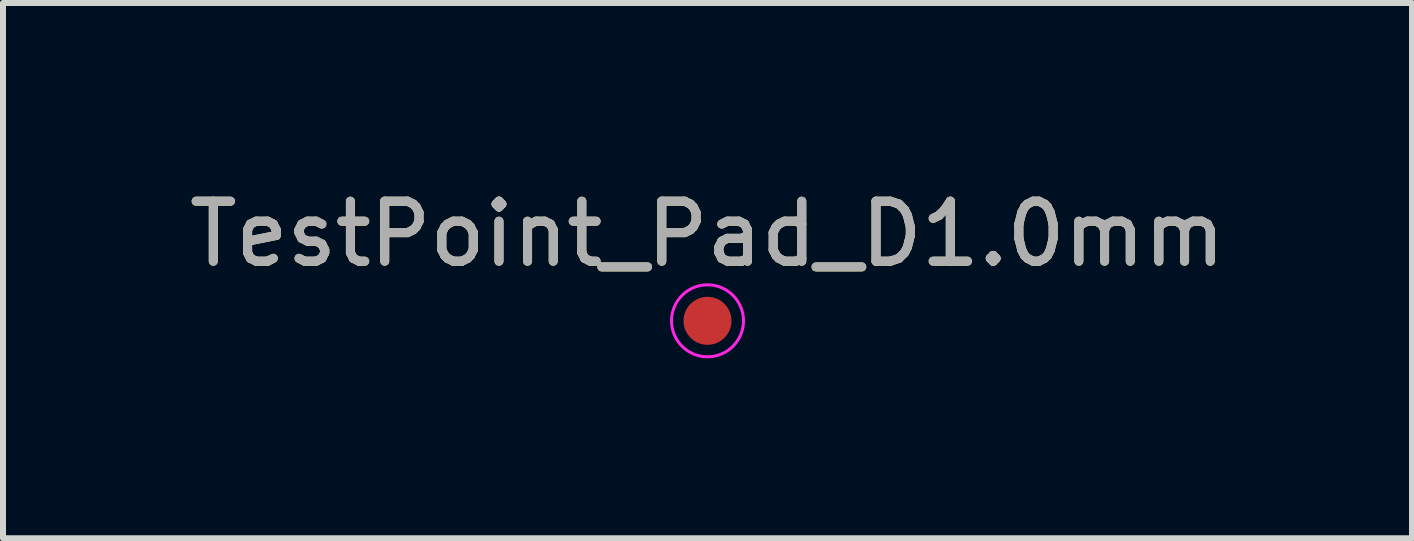
<source format=kicad_pcb>
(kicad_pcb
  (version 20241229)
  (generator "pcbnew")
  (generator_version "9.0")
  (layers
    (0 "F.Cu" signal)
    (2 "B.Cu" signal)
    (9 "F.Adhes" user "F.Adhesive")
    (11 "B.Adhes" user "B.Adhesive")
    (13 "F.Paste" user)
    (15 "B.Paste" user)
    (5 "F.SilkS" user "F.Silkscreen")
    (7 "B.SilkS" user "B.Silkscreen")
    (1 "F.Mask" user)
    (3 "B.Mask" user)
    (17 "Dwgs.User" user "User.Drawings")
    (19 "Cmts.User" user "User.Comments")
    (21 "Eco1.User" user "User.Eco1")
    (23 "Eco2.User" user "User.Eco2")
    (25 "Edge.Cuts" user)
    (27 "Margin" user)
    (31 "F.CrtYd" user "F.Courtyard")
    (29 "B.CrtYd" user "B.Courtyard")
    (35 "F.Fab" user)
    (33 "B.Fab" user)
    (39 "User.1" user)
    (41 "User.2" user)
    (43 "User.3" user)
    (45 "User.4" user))
  (footprint "TestPoint_Pad_D1.0mm"
    (layer "F.Cu")
    (at 8.744 2.298)
    (property "Reference" "TestPoint_Pad_D1.0mm" (at 0 -1.448 0) (layer "F.SilkS") (effects (font (size 1 1) (thickness 0.15))))
    (attr exclude_from_pos_files)
    (fp_circle (center 0 0) (end 0.6 0) (stroke (width 0.05) (type solid)) (fill no) (layer "F.CrtYd"))
    (fp_text user "${REFERENCE}" (at 0 -1.45 0) (layer "F.Fab") (effects (font (size 1 1) (thickness 0.15))))
    (pad "1" smd circle (at 0 0) (size 0.8 0.8) (layers "F.Cu" "F.Mask")))
  (gr_rect
    (start -3 -3)
    (end 20.488 5.923)
    (stroke (width 0.1) (type default))
    (fill no)
    (layer "Edge.Cuts")))
</source>
